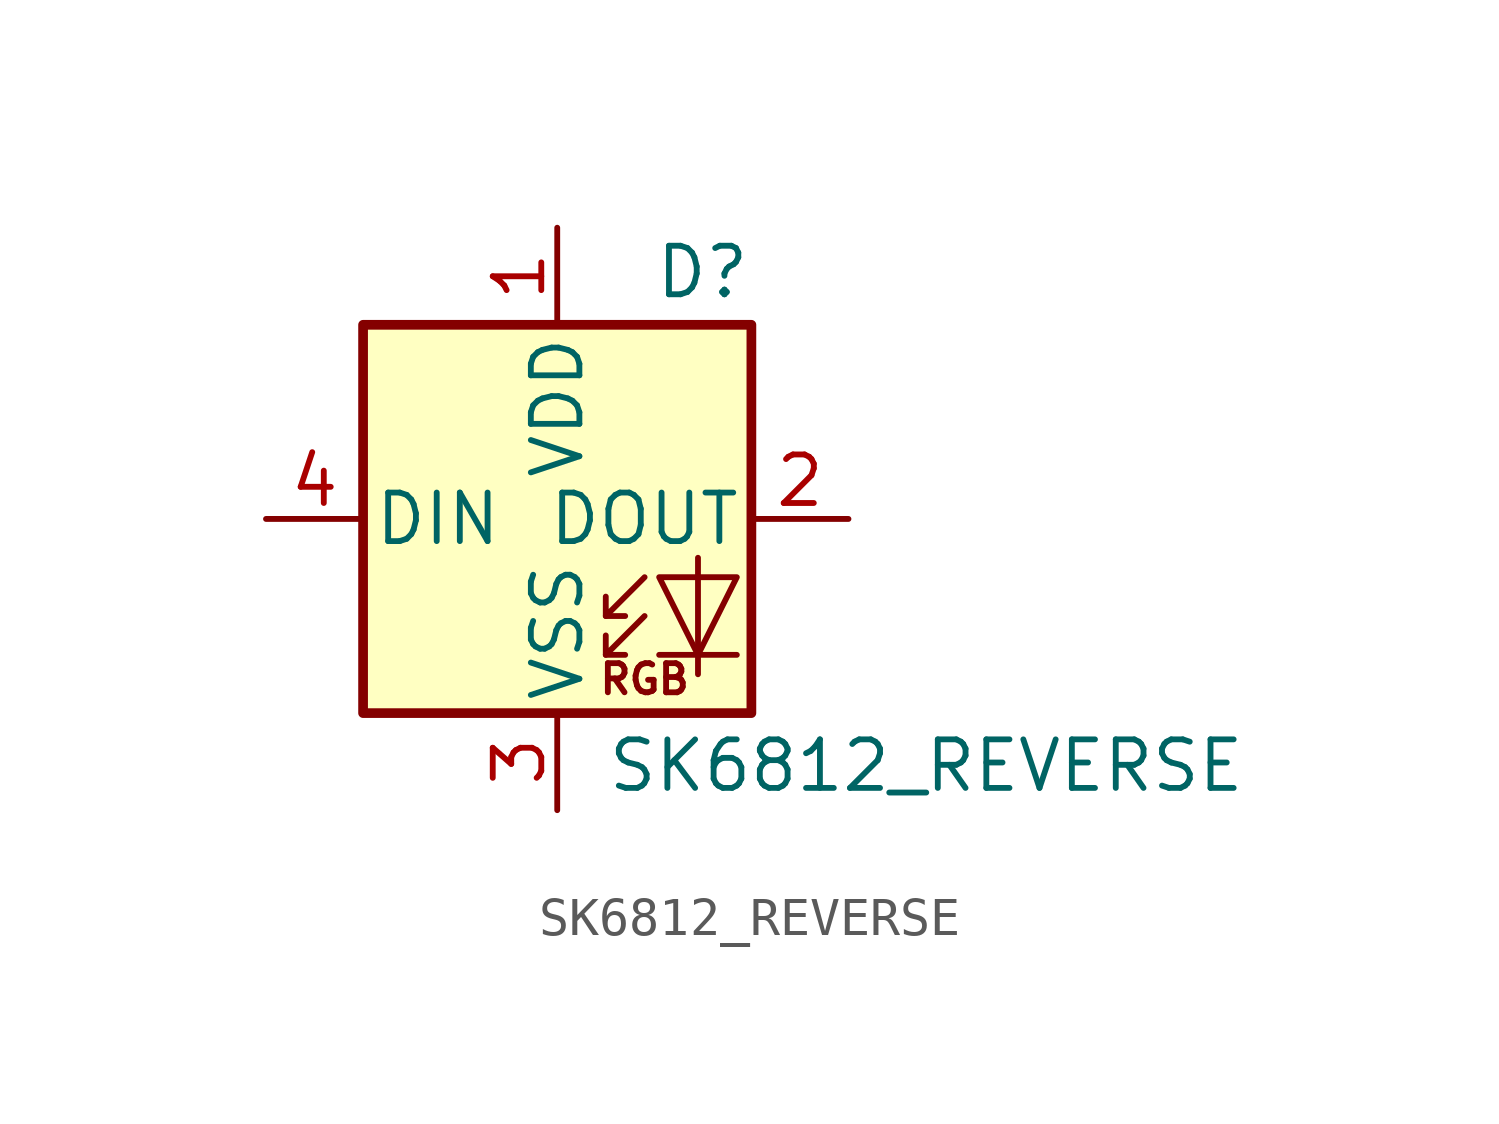
<source format=kicad_sym>
(kicad_symbol_lib
  (version 20211014)
  (generator kicad_symbol_editor)
  (symbol "SK6812_REVERSE"
    (pin_names
      (offset 0.254))
    (property "Reference" "D"
      (at 5.08 5.715 0)
      (effects (font (size 1.27 1.27)) (justify right bottom)))
    (property "Value" "SK6812_REVERSE"
      (at 1.27 -5.715 0)
      (effects (font (size 1.27 1.27)) (justify left top)))
    (symbol "SK6812_REVERSE_0_0"
      (text "RGB" (at 2.286 -4.191 0) (effects (font (size 0.762 0.762)))))
    (symbol "SK6812_REVERSE_0_1"
      (polyline (pts (xy 1.27 -3.556) (xy 1.778 -3.556)) (stroke (width 0) (type default) (color 0 0 0 0)) (fill (type none)))
      (polyline (pts (xy 1.27 -2.54) (xy 1.778 -2.54)) (stroke (width 0) (type default) (color 0 0 0 0)) (fill (type none)))
      (polyline (pts (xy 4.699 -3.556) (xy 2.667 -3.556)) (stroke (width 0) (type default) (color 0 0 0 0)) (fill (type none)))
      (polyline (pts (xy 2.286 -2.54) (xy 1.27 -3.556) (xy 1.27 -3.048)) (stroke (width 0) (type default) (color 0 0 0 0)) (fill (type none)))
      (polyline (pts (xy 2.286 -1.524) (xy 1.27 -2.54) (xy 1.27 -2.032)) (stroke (width 0) (type default) (color 0 0 0 0)) (fill (type none)))
      (polyline (pts (xy 3.683 -1.016) (xy 3.683 -3.556) (xy 3.683 -4.064)) (stroke (width 0) (type default) (color 0 0 0 0)) (fill (type none)))
      (polyline (pts (xy 4.699 -1.524) (xy 2.667 -1.524) (xy 3.683 -3.556) (xy 4.699 -1.524)) (stroke (width 0) (type default) (color 0 0 0 0)) (fill (type none)))
      (rectangle (start 5.08 5.08) (end -5.08 -5.08) (stroke (width 0.254) (type default) (color 0 0 0 0)) (fill (type background))))
    (symbol "SK6812_REVERSE_1_1"
      (pin power_in line (at 0 7.62 270) (length 2.54) (name "VDD" (effects (font (size 1.27 1.27)))) (number "1" (effects (font (size 1.27 1.27)))))
      (pin output line (at 7.62 0 180) (length 2.54) (name "DOUT" (effects (font (size 1.27 1.27)))) (number "2" (effects (font (size 1.27 1.27)))))
      (pin power_in line (at 0 -7.62 90) (length 2.54) (name "VSS" (effects (font (size 1.27 1.27)))) (number "3" (effects (font (size 1.27 1.27)))))
      (pin input line (at -7.62 0 0) (length 2.54) (name "DIN" (effects (font (size 1.27 1.27)))) (number "4" (effects (font (size 1.27 1.27))))))))
</source>
